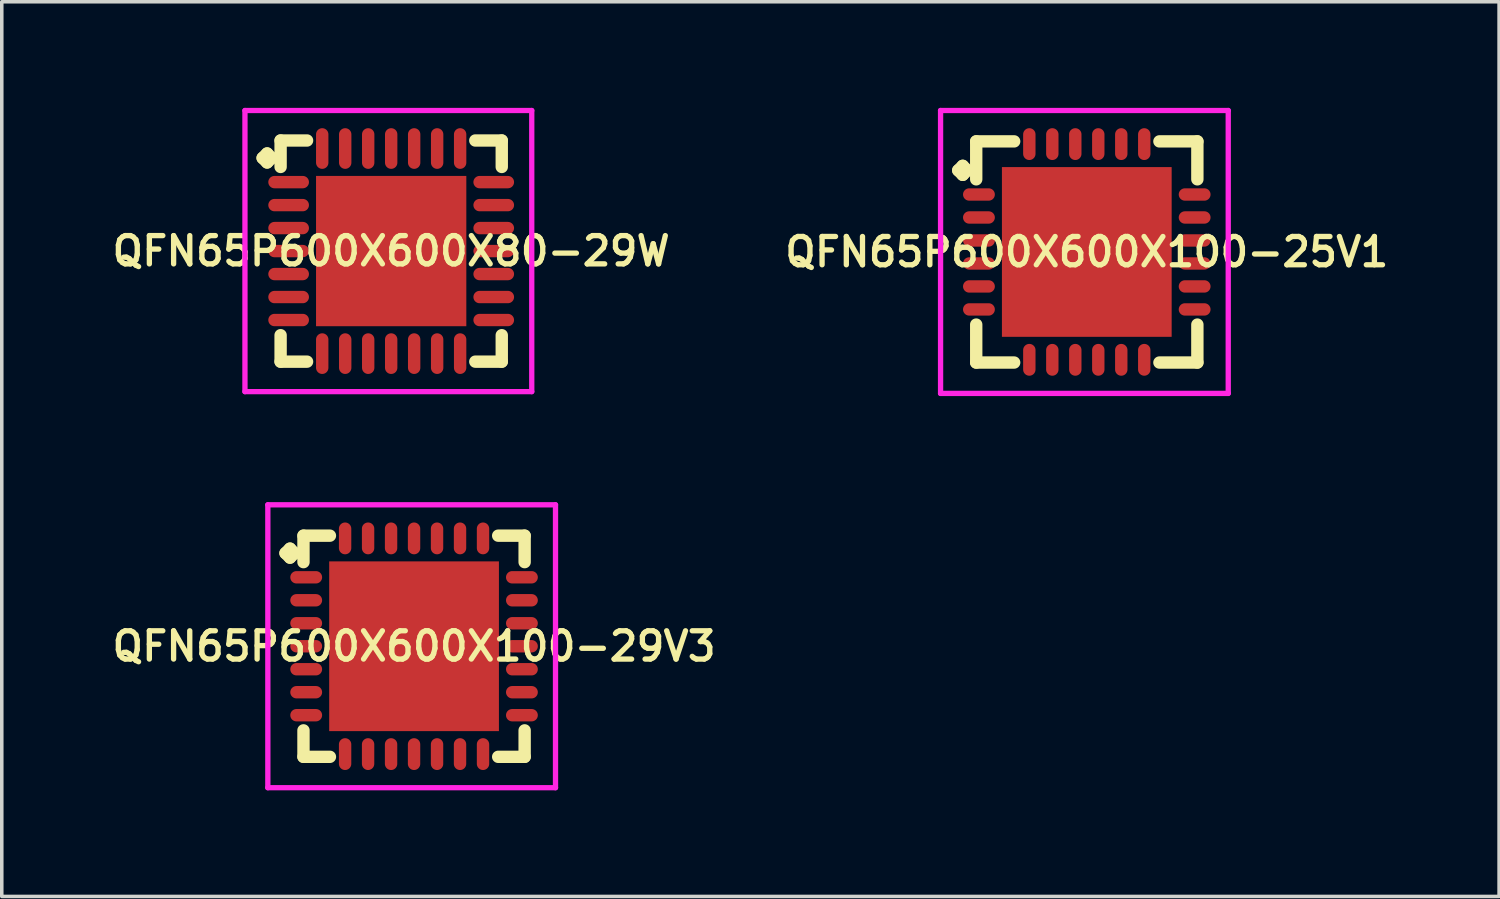
<source format=kicad_pcb>
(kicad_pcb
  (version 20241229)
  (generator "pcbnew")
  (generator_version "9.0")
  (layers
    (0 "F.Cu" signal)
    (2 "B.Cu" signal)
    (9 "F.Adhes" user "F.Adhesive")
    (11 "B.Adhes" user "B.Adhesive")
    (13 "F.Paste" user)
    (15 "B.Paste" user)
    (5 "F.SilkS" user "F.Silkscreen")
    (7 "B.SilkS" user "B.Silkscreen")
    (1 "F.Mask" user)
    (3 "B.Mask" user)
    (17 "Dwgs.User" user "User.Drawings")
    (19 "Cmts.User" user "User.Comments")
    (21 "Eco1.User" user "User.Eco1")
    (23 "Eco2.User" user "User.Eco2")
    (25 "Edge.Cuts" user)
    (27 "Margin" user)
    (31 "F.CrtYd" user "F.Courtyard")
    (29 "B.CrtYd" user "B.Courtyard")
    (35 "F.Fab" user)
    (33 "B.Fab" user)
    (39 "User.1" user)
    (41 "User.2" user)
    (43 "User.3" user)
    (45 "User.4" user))
  (footprint "QFN65P600X600X100-29V3"
    (layer "F.Cu")
    (at 8.659 15.225)
    (property "Reference" "QFN65P600X600X100-29V3" (at 0 0 0) (layer "F.SilkS") (effects (font (size 0.8 0.8) (thickness 0.15))))
    (attr smd)
    (fp_line (start -3.635 -2.633) (end -3.508 -2.76) (stroke (width 0.35) (type solid)) (layer "F.SilkS"))
    (fp_line (start -3.508 -2.76) (end -3.381 -2.633) (stroke (width 0.35) (type solid)) (layer "F.SilkS"))
    (fp_line (start -3.508 -2.506) (end -3.635 -2.633) (stroke (width 0.35) (type solid)) (layer "F.SilkS"))
    (fp_line (start -3.381 -2.633) (end -3.508 -2.506) (stroke (width 0.35) (type solid)) (layer "F.SilkS"))
    (fp_line (start -3.127 -3.127) (end -2.379 -3.127) (stroke (width 0.35) (type solid)) (layer "F.SilkS"))
    (fp_line (start -3.127 -2.379) (end -3.127 -3.127) (stroke (width 0.35) (type solid)) (layer "F.SilkS"))
    (fp_line (start -3.127 2.379) (end -3.127 3.127) (stroke (width 0.35) (type solid)) (layer "F.SilkS"))
    (fp_line (start -3.127 3.127) (end -2.379 3.127) (stroke (width 0.35) (type solid)) (layer "F.SilkS"))
    (fp_line (start 2.379 -3.127) (end 3.127 -3.127) (stroke (width 0.35) (type solid)) (layer "F.SilkS"))
    (fp_line (start 2.379 3.127) (end 3.127 3.127) (stroke (width 0.35) (type solid)) (layer "F.SilkS"))
    (fp_line (start 3.127 -3.127) (end 3.127 -2.379) (stroke (width 0.35) (type solid)) (layer "F.SilkS"))
    (fp_line (start 3.127 3.127) (end 3.127 2.379) (stroke (width 0.35) (type solid)) (layer "F.SilkS"))
    (fp_line (start -4.135 -4) (end 4 -4) (stroke (width 0.15) (type solid)) (layer "F.CrtYd"))
    (fp_line (start -4.135 4) (end -4.135 -4) (stroke (width 0.15) (type solid)) (layer "F.CrtYd"))
    (fp_line (start 4 -4) (end 4 4) (stroke (width 0.15) (type solid)) (layer "F.CrtYd"))
    (fp_line (start 4 4) (end -4.135 4) (stroke (width 0.15) (type solid)) (layer "F.CrtYd"))
    (pad "1" smd oval (at -3.05 -1.95) (size 0.9 0.35) (layers "F.Cu" "F.Mask" "F.Paste"))
    (pad "2" smd oval (at -3.05 -1.3) (size 0.9 0.35) (layers "F.Cu" "F.Mask" "F.Paste"))
    (pad "3" smd oval (at -3.05 -0.65) (size 0.9 0.35) (layers "F.Cu" "F.Mask" "F.Paste"))
    (pad "4" smd oval (at -3.05 0) (size 0.9 0.35) (layers "F.Cu" "F.Mask" "F.Paste"))
    (pad "5" smd oval (at -3.05 0.65) (size 0.9 0.35) (layers "F.Cu" "F.Mask" "F.Paste"))
    (pad "6" smd oval (at -3.05 1.3) (size 0.9 0.35) (layers "F.Cu" "F.Mask" "F.Paste"))
    (pad "7" smd oval (at -3.05 1.95) (size 0.9 0.35) (layers "F.Cu" "F.Mask" "F.Paste"))
    (pad "8" smd oval (at -1.95 3.05) (size 0.35 0.9) (layers "F.Cu" "F.Mask" "F.Paste"))
    (pad "9" smd oval (at -1.3 3.05) (size 0.35 0.9) (layers "F.Cu" "F.Mask" "F.Paste"))
    (pad "10" smd oval (at -0.65 3.05) (size 0.35 0.9) (layers "F.Cu" "F.Mask" "F.Paste"))
    (pad "11" smd oval (at 0 3.05) (size 0.35 0.9) (layers "F.Cu" "F.Mask" "F.Paste"))
    (pad "12" smd oval (at 0.65 3.05) (size 0.35 0.9) (layers "F.Cu" "F.Mask" "F.Paste"))
    (pad "13" smd oval (at 1.3 3.05) (size 0.35 0.9) (layers "F.Cu" "F.Mask" "F.Paste"))
    (pad "14" smd oval (at 1.95 3.05) (size 0.35 0.9) (layers "F.Cu" "F.Mask" "F.Paste"))
    (pad "15" smd oval (at 3.05 1.95) (size 0.9 0.35) (layers "F.Cu" "F.Mask" "F.Paste"))
    (pad "16" smd oval (at 3.05 1.3) (size 0.9 0.35) (layers "F.Cu" "F.Mask" "F.Paste"))
    (pad "17" smd oval (at 3.05 0.65) (size 0.9 0.35) (layers "F.Cu" "F.Mask" "F.Paste"))
    (pad "18" smd oval (at 3.05 0) (size 0.9 0.35) (layers "F.Cu" "F.Mask" "F.Paste"))
    (pad "19" smd oval (at 3.05 -0.65) (size 0.9 0.35) (layers "F.Cu" "F.Mask" "F.Paste"))
    (pad "20" smd oval (at 3.05 -1.3) (size 0.9 0.35) (layers "F.Cu" "F.Mask" "F.Paste"))
    (pad "21" smd oval (at 3.05 -1.95) (size 0.9 0.35) (layers "F.Cu" "F.Mask" "F.Paste"))
    (pad "22" smd oval (at 1.95 -3.05) (size 0.35 0.9) (layers "F.Cu" "F.Mask" "F.Paste"))
    (pad "23" smd oval (at 1.3 -3.05) (size 0.35 0.9) (layers "F.Cu" "F.Mask" "F.Paste"))
    (pad "24" smd oval (at 0.65 -3.05) (size 0.35 0.9) (layers "F.Cu" "F.Mask" "F.Paste"))
    (pad "25" smd oval (at 0 -3.05) (size 0.35 0.9) (layers "F.Cu" "F.Mask" "F.Paste"))
    (pad "26" smd oval (at -0.65 -3.05) (size 0.35 0.9) (layers "F.Cu" "F.Mask" "F.Paste"))
    (pad "27" smd oval (at -1.3 -3.05) (size 0.35 0.9) (layers "F.Cu" "F.Mask" "F.Paste"))
    (pad "28" smd oval (at -1.95 -3.05) (size 0.35 0.9) (layers "F.Cu" "F.Mask" "F.Paste"))
    (pad "29" smd rect (at 0 0) (size 4.8 4.8) (layers "F.Cu" "F.Mask" "F.Paste")))
  (footprint "QFN65P600X600X100-25V1"
    (layer "F.Cu")
    (at 27.683 4.075)
    (property "Reference" "QFN65P600X600X100-25V1" (at 0 0 0) (layer "F.SilkS") (effects (font (size 0.8 0.8) (thickness 0.15))))
    (attr through_hole)
    (fp_line (start -3.635 -2.308) (end -3.508 -2.435) (stroke (width 0.35) (type solid)) (layer "F.SilkS"))
    (fp_line (start -3.508 -2.435) (end -3.381 -2.308) (stroke (width 0.35) (type solid)) (layer "F.SilkS"))
    (fp_line (start -3.508 -2.181) (end -3.635 -2.308) (stroke (width 0.35) (type solid)) (layer "F.SilkS"))
    (fp_line (start -3.381 -2.308) (end -3.508 -2.181) (stroke (width 0.35) (type solid)) (layer "F.SilkS"))
    (fp_line (start -3.127 -3.127) (end -2.054 -3.127) (stroke (width 0.35) (type solid)) (layer "F.SilkS"))
    (fp_line (start -3.127 -2.054) (end -3.127 -3.127) (stroke (width 0.35) (type solid)) (layer "F.SilkS"))
    (fp_line (start -3.127 2.054) (end -3.127 3.127) (stroke (width 0.35) (type solid)) (layer "F.SilkS"))
    (fp_line (start -3.127 3.127) (end -2.054 3.127) (stroke (width 0.35) (type solid)) (layer "F.SilkS"))
    (fp_line (start 2.054 -3.127) (end 3.127 -3.127) (stroke (width 0.35) (type solid)) (layer "F.SilkS"))
    (fp_line (start 2.054 3.127) (end 3.127 3.127) (stroke (width 0.35) (type solid)) (layer "F.SilkS"))
    (fp_line (start 3.127 -3.127) (end 3.127 -2.054) (stroke (width 0.35) (type solid)) (layer "F.SilkS"))
    (fp_line (start 3.127 3.127) (end 3.127 2.054) (stroke (width 0.35) (type solid)) (layer "F.SilkS"))
    (fp_line (start -4.135 -4) (end 4 -4) (stroke (width 0.15) (type solid)) (layer "F.CrtYd"))
    (fp_line (start -4.135 4) (end -4.135 -4) (stroke (width 0.15) (type solid)) (layer "F.CrtYd"))
    (fp_line (start 4 -4) (end 4 4) (stroke (width 0.15) (type solid)) (layer "F.CrtYd"))
    (fp_line (start 4 4) (end -4.135 4) (stroke (width 0.15) (type solid)) (layer "F.CrtYd"))
    (pad "1" smd oval (at -3.05 -1.625) (size 0.9 0.35) (layers "F.Cu" "F.Mask" "F.Paste"))
    (pad "2" smd oval (at -3.05 -0.975) (size 0.9 0.35) (layers "F.Cu" "F.Mask" "F.Paste"))
    (pad "3" smd oval (at -3.05 -0.325) (size 0.9 0.35) (layers "F.Cu" "F.Mask" "F.Paste"))
    (pad "4" smd oval (at -3.05 0.325) (size 0.9 0.35) (layers "F.Cu" "F.Mask" "F.Paste"))
    (pad "5" smd oval (at -3.05 0.975) (size 0.9 0.35) (layers "F.Cu" "F.Mask" "F.Paste"))
    (pad "6" smd oval (at -3.05 1.625) (size 0.9 0.35) (layers "F.Cu" "F.Mask" "F.Paste"))
    (pad "7" smd oval (at -1.625 3.05) (size 0.35 0.9) (layers "F.Cu" "F.Mask" "F.Paste"))
    (pad "8" smd oval (at -0.975 3.05) (size 0.35 0.9) (layers "F.Cu" "F.Mask" "F.Paste"))
    (pad "9" smd oval (at -0.325 3.05) (size 0.35 0.9) (layers "F.Cu" "F.Mask" "F.Paste"))
    (pad "10" smd oval (at 0.325 3.05) (size 0.35 0.9) (layers "F.Cu" "F.Mask" "F.Paste"))
    (pad "11" smd oval (at 0.975 3.05) (size 0.35 0.9) (layers "F.Cu" "F.Mask" "F.Paste"))
    (pad "12" smd oval (at 1.625 3.05) (size 0.35 0.9) (layers "F.Cu" "F.Mask" "F.Paste"))
    (pad "13" smd oval (at 3.05 1.625) (size 0.9 0.35) (layers "F.Cu" "F.Mask" "F.Paste"))
    (pad "14" smd oval (at 3.05 0.975) (size 0.9 0.35) (layers "F.Cu" "F.Mask" "F.Paste"))
    (pad "15" smd oval (at 3.05 0.325) (size 0.9 0.35) (layers "F.Cu" "F.Mask" "F.Paste"))
    (pad "16" smd oval (at 3.05 -0.325) (size 0.9 0.35) (layers "F.Cu" "F.Mask" "F.Paste"))
    (pad "17" smd oval (at 3.05 -0.975) (size 0.9 0.35) (layers "F.Cu" "F.Mask" "F.Paste"))
    (pad "18" smd oval (at 3.05 -1.625) (size 0.9 0.35) (layers "F.Cu" "F.Mask" "F.Paste"))
    (pad "19" smd oval (at 1.625 -3.05) (size 0.35 0.9) (layers "F.Cu" "F.Mask" "F.Paste"))
    (pad "20" smd oval (at 0.975 -3.05) (size 0.35 0.9) (layers "F.Cu" "F.Mask" "F.Paste"))
    (pad "21" smd oval (at 0.325 -3.05) (size 0.35 0.9) (layers "F.Cu" "F.Mask" "F.Paste"))
    (pad "22" smd oval (at -0.325 -3.05) (size 0.35 0.9) (layers "F.Cu" "F.Mask" "F.Paste"))
    (pad "23" smd oval (at -0.975 -3.05) (size 0.35 0.9) (layers "F.Cu" "F.Mask" "F.Paste"))
    (pad "24" smd oval (at -1.625 -3.05) (size 0.35 0.9) (layers "F.Cu" "F.Mask" "F.Paste"))
    (pad "25" smd rect (at 0 0) (size 4.8 4.8) (layers "F.Cu" "F.Mask" "F.Paste")))
  (footprint "QFN65P600X600X80-29W"
    (layer "F.Cu")
    (at 8.012 4.05)
    (property "Reference" "QFN65P600X600X80-29W" (at 0 0 0) (layer "F.SilkS") (effects (font (size 0.8 0.8) (thickness 0.15))))
    (attr smd)
    (fp_line (start -3.635 -2.633) (end -3.508 -2.76) (stroke (width 0.35) (type solid)) (layer "F.SilkS"))
    (fp_line (start -3.508 -2.76) (end -3.381 -2.633) (stroke (width 0.35) (type solid)) (layer "F.SilkS"))
    (fp_line (start -3.508 -2.506) (end -3.635 -2.633) (stroke (width 0.35) (type solid)) (layer "F.SilkS"))
    (fp_line (start -3.381 -2.633) (end -3.508 -2.506) (stroke (width 0.35) (type solid)) (layer "F.SilkS"))
    (fp_line (start -3.127 -3.127) (end -2.379 -3.127) (stroke (width 0.35) (type solid)) (layer "F.SilkS"))
    (fp_line (start -3.127 -2.379) (end -3.127 -3.127) (stroke (width 0.35) (type solid)) (layer "F.SilkS"))
    (fp_line (start -3.127 2.379) (end -3.127 3.127) (stroke (width 0.35) (type solid)) (layer "F.SilkS"))
    (fp_line (start -3.127 3.127) (end -2.379 3.127) (stroke (width 0.35) (type solid)) (layer "F.SilkS"))
    (fp_line (start 2.379 -3.127) (end 3.127 -3.127) (stroke (width 0.35) (type solid)) (layer "F.SilkS"))
    (fp_line (start 2.379 3.127) (end 3.127 3.127) (stroke (width 0.35) (type solid)) (layer "F.SilkS"))
    (fp_line (start 3.127 -3.127) (end 3.127 -2.379) (stroke (width 0.35) (type solid)) (layer "F.SilkS"))
    (fp_line (start 3.127 3.127) (end 3.127 2.379) (stroke (width 0.35) (type solid)) (layer "F.SilkS"))
    (fp_line (start -4.135 -3.975) (end 3.975 -3.975) (stroke (width 0.15) (type solid)) (layer "F.CrtYd"))
    (fp_line (start -4.135 3.975) (end -4.135 -3.975) (stroke (width 0.15) (type solid)) (layer "F.CrtYd"))
    (fp_line (start 3.975 -3.975) (end 3.975 3.975) (stroke (width 0.15) (type solid)) (layer "F.CrtYd"))
    (fp_line (start 3.975 3.975) (end -4.135 3.975) (stroke (width 0.15) (type solid)) (layer "F.CrtYd"))
    (pad "1" smd oval (at -2.9 -1.95) (size 1.15 0.35) (layers "F.Cu" "F.Mask" "F.Paste"))
    (pad "2" smd oval (at -2.9 -1.3) (size 1.15 0.35) (layers "F.Cu" "F.Mask" "F.Paste"))
    (pad "3" smd oval (at -2.9 -0.65) (size 1.15 0.35) (layers "F.Cu" "F.Mask" "F.Paste"))
    (pad "4" smd oval (at -2.9 0) (size 1.15 0.35) (layers "F.Cu" "F.Mask" "F.Paste"))
    (pad "5" smd oval (at -2.9 0.65) (size 1.15 0.35) (layers "F.Cu" "F.Mask" "F.Paste"))
    (pad "6" smd oval (at -2.9 1.3) (size 1.15 0.35) (layers "F.Cu" "F.Mask" "F.Paste"))
    (pad "7" smd oval (at -2.9 1.95) (size 1.15 0.35) (layers "F.Cu" "F.Mask" "F.Paste"))
    (pad "8" smd oval (at -1.95 2.9) (size 0.35 1.15) (layers "F.Cu" "F.Mask" "F.Paste"))
    (pad "9" smd oval (at -1.3 2.9) (size 0.35 1.15) (layers "F.Cu" "F.Mask" "F.Paste"))
    (pad "10" smd oval (at -0.65 2.9) (size 0.35 1.15) (layers "F.Cu" "F.Mask" "F.Paste"))
    (pad "11" smd oval (at 0 2.9) (size 0.35 1.15) (layers "F.Cu" "F.Mask" "F.Paste"))
    (pad "12" smd oval (at 0.65 2.9) (size 0.35 1.15) (layers "F.Cu" "F.Mask" "F.Paste"))
    (pad "13" smd oval (at 1.3 2.9) (size 0.35 1.15) (layers "F.Cu" "F.Mask" "F.Paste"))
    (pad "14" smd oval (at 1.95 2.9) (size 0.35 1.15) (layers "F.Cu" "F.Mask" "F.Paste"))
    (pad "15" smd oval (at 2.9 1.95) (size 1.15 0.35) (layers "F.Cu" "F.Mask" "F.Paste"))
    (pad "16" smd oval (at 2.9 1.3) (size 1.15 0.35) (layers "F.Cu" "F.Mask" "F.Paste"))
    (pad "17" smd oval (at 2.9 0.65) (size 1.15 0.35) (layers "F.Cu" "F.Mask" "F.Paste"))
    (pad "18" smd oval (at 2.9 0) (size 1.15 0.35) (layers "F.Cu" "F.Mask" "F.Paste"))
    (pad "19" smd oval (at 2.9 -0.65) (size 1.15 0.35) (layers "F.Cu" "F.Mask" "F.Paste"))
    (pad "20" smd oval (at 2.9 -1.3) (size 1.15 0.35) (layers "F.Cu" "F.Mask" "F.Paste"))
    (pad "21" smd oval (at 2.9 -1.95) (size 1.15 0.35) (layers "F.Cu" "F.Mask" "F.Paste"))
    (pad "22" smd oval (at 1.95 -2.9) (size 0.35 1.15) (layers "F.Cu" "F.Mask" "F.Paste"))
    (pad "23" smd oval (at 1.3 -2.9) (size 0.35 1.15) (layers "F.Cu" "F.Mask" "F.Paste"))
    (pad "24" smd oval (at 0.65 -2.9) (size 0.35 1.15) (layers "F.Cu" "F.Mask" "F.Paste"))
    (pad "25" smd oval (at 0 -2.9) (size 0.35 1.15) (layers "F.Cu" "F.Mask" "F.Paste"))
    (pad "26" smd oval (at -0.65 -2.9) (size 0.35 1.15) (layers "F.Cu" "F.Mask" "F.Paste"))
    (pad "27" smd oval (at -1.3 -2.9) (size 0.35 1.15) (layers "F.Cu" "F.Mask" "F.Paste"))
    (pad "28" smd oval (at -1.95 -2.9) (size 0.35 1.15) (layers "F.Cu" "F.Mask" "F.Paste"))
    (pad "29" smd rect (at 0 0) (size 4.25 4.25) (layers "F.Cu" "F.Mask" "F.Paste")))
  (gr_rect
    (start -3 -3)
    (end 39.342 22.3)
    (stroke (width 0.1) (type default))
    (fill no)
    (layer "Edge.Cuts")))
</source>
